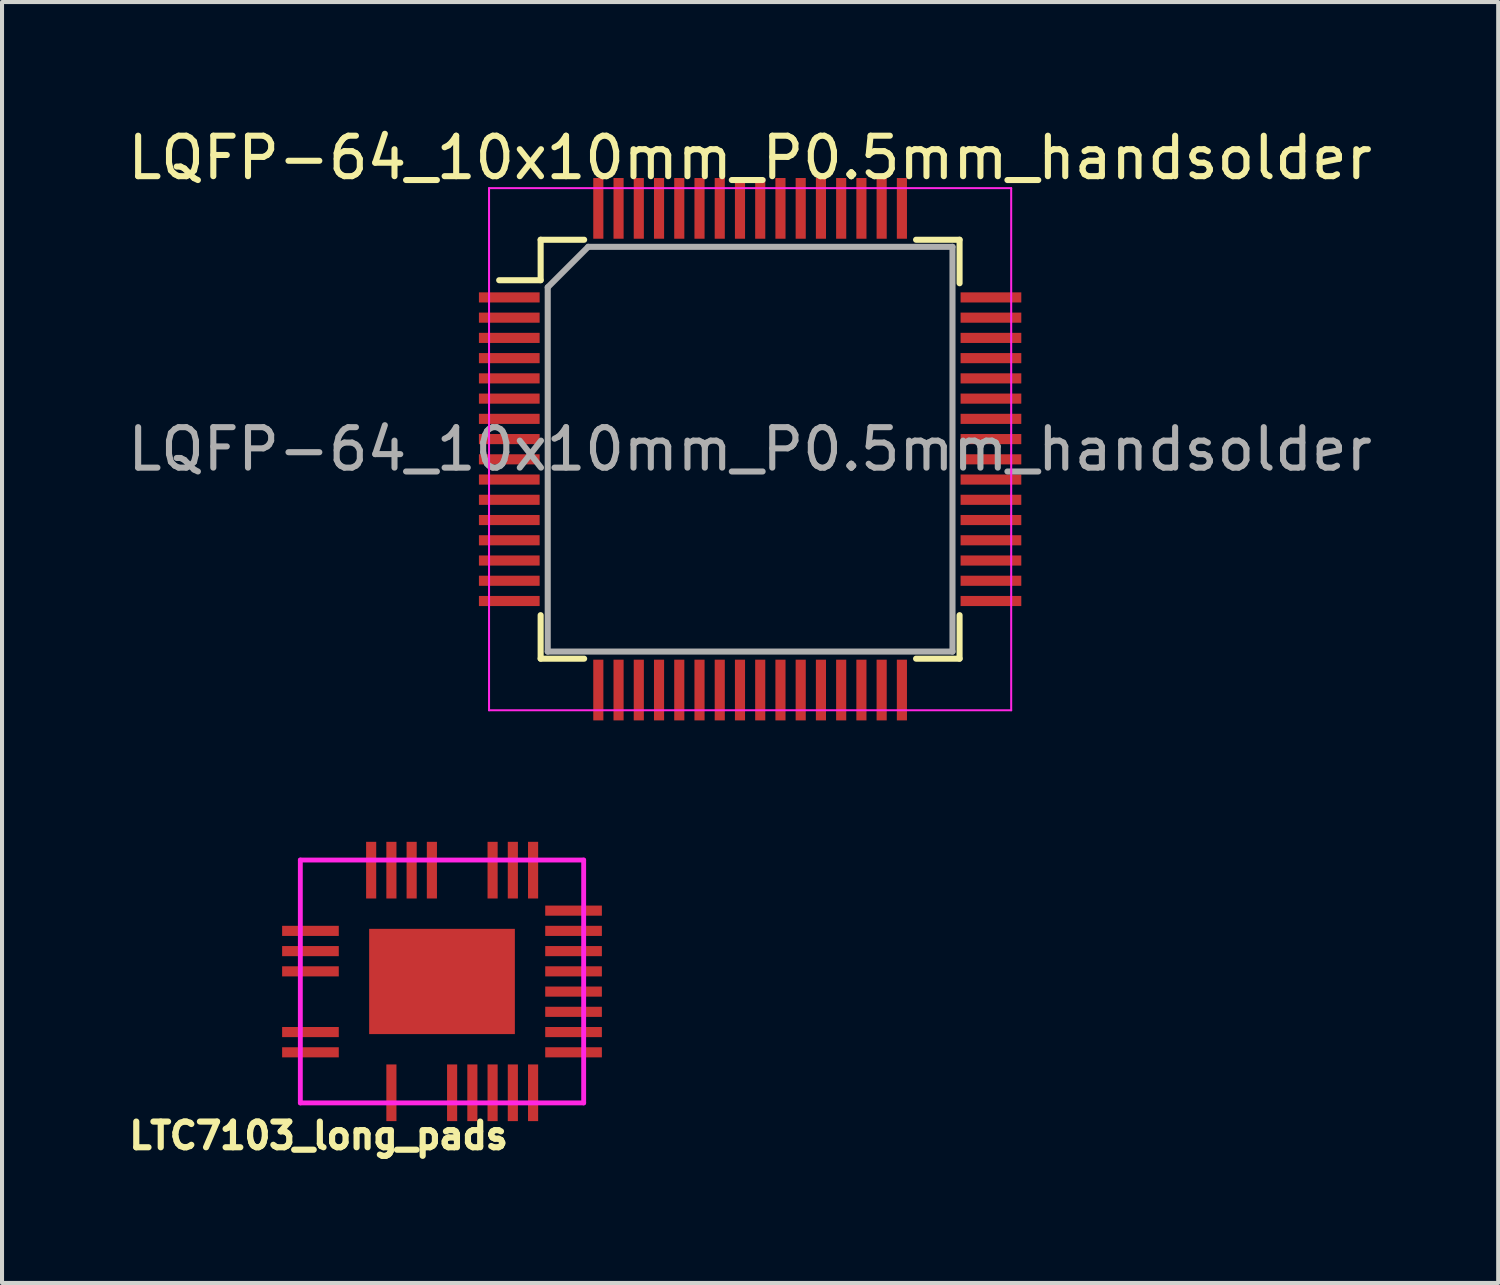
<source format=kicad_pcb>
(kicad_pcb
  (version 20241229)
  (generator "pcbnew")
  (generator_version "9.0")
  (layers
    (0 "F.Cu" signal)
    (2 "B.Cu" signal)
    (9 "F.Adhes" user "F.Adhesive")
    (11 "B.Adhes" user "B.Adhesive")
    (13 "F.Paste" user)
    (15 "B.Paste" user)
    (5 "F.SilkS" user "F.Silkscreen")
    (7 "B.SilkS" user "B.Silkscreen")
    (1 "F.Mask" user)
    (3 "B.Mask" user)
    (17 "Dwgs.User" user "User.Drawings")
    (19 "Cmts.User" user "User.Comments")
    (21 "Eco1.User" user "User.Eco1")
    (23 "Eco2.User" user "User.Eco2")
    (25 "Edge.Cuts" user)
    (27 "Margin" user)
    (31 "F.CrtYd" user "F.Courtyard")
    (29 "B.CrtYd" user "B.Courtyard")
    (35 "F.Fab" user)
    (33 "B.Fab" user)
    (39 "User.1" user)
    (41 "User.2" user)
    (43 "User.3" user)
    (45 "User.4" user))
  (footprint "LQFP-64_10x10mm_P0.5mm_handsolder"
    (layer "F.Cu")
    (at 15.482 8.048)
    (property "Reference" "LQFP-64_10x10mm_P0.5mm_handsolder" (at 0 -7.2 0) (layer "F.SilkS") (effects (font (size 1 1) (thickness 0.15))))
    (attr smd)
    (fp_line (start -5.175 -5.175) (end -5.175 -4.175) (stroke (width 0.15) (type solid)) (layer "F.SilkS"))
    (fp_line (start -5.175 -5.175) (end -4.1 -5.175) (stroke (width 0.15) (type solid)) (layer "F.SilkS"))
    (fp_line (start -5.175 -4.175) (end -6.2 -4.175) (stroke (width 0.15) (type solid)) (layer "F.SilkS"))
    (fp_line (start -5.175 5.175) (end -5.175 4.1) (stroke (width 0.15) (type solid)) (layer "F.SilkS"))
    (fp_line (start -5.175 5.175) (end -4.1 5.175) (stroke (width 0.15) (type solid)) (layer "F.SilkS"))
    (fp_line (start 5.175 -5.175) (end 4.1 -5.175) (stroke (width 0.15) (type solid)) (layer "F.SilkS"))
    (fp_line (start 5.175 -5.175) (end 5.175 -4.1) (stroke (width 0.15) (type solid)) (layer "F.SilkS"))
    (fp_line (start 5.175 5.175) (end 4.1 5.175) (stroke (width 0.15) (type solid)) (layer "F.SilkS"))
    (fp_line (start 5.175 5.175) (end 5.175 4.1) (stroke (width 0.15) (type solid)) (layer "F.SilkS"))
    (fp_line (start -6.45 -6.45) (end -6.45 6.45) (stroke (width 0.05) (type solid)) (layer "F.CrtYd"))
    (fp_line (start -6.45 -6.45) (end 6.45 -6.45) (stroke (width 0.05) (type solid)) (layer "F.CrtYd"))
    (fp_line (start -6.45 6.45) (end 6.45 6.45) (stroke (width 0.05) (type solid)) (layer "F.CrtYd"))
    (fp_line (start 6.45 -6.45) (end 6.45 6.45) (stroke (width 0.05) (type solid)) (layer "F.CrtYd"))
    (fp_line (start -5 -4) (end -4 -5) (stroke (width 0.15) (type solid)) (layer "F.Fab"))
    (fp_line (start -5 5) (end -5 -4) (stroke (width 0.15) (type solid)) (layer "F.Fab"))
    (fp_line (start -4 -5) (end 5 -5) (stroke (width 0.15) (type solid)) (layer "F.Fab"))
    (fp_line (start 5 -5) (end 5 5) (stroke (width 0.15) (type solid)) (layer "F.Fab"))
    (fp_line (start 5 5) (end -5 5) (stroke (width 0.15) (type solid)) (layer "F.Fab"))
    (fp_text user "${REFERENCE}" (at 0 0 0) (layer "F.Fab") (effects (font (size 1 1) (thickness 0.15))))
    (pad "1" smd rect (at -5.7 -3.75) (size 1.5 0.25) (drill (offset -0.25 0)) (layers "F.Cu" "F.Mask" "F.Paste"))
    (pad "2" smd rect (at -5.7 -3.25) (size 1.5 0.25) (drill (offset -0.25 0)) (layers "F.Cu" "F.Mask" "F.Paste"))
    (pad "3" smd rect (at -5.7 -2.75) (size 1.5 0.25) (drill (offset -0.25 0)) (layers "F.Cu" "F.Mask" "F.Paste"))
    (pad "4" smd rect (at -5.7 -2.25) (size 1.5 0.25) (drill (offset -0.25 0)) (layers "F.Cu" "F.Mask" "F.Paste"))
    (pad "5" smd rect (at -5.7 -1.75) (size 1.5 0.25) (drill (offset -0.25 0)) (layers "F.Cu" "F.Mask" "F.Paste"))
    (pad "6" smd rect (at -5.7 -1.25) (size 1.5 0.25) (drill (offset -0.25 0)) (layers "F.Cu" "F.Mask" "F.Paste"))
    (pad "7" smd rect (at -5.7 -0.75) (size 1.5 0.25) (drill (offset -0.25 0)) (layers "F.Cu" "F.Mask" "F.Paste"))
    (pad "8" smd rect (at -5.7 -0.25) (size 1.5 0.25) (drill (offset -0.25 0)) (layers "F.Cu" "F.Mask" "F.Paste"))
    (pad "9" smd rect (at -5.7 0.25) (size 1.5 0.25) (drill (offset -0.25 0)) (layers "F.Cu" "F.Mask" "F.Paste"))
    (pad "10" smd rect (at -5.7 0.75) (size 1.5 0.25) (drill (offset -0.25 0)) (layers "F.Cu" "F.Mask" "F.Paste"))
    (pad "11" smd rect (at -5.7 1.25) (size 1.5 0.25) (drill (offset -0.25 0)) (layers "F.Cu" "F.Mask" "F.Paste"))
    (pad "12" smd rect (at -5.7 1.75) (size 1.5 0.25) (drill (offset -0.25 0)) (layers "F.Cu" "F.Mask" "F.Paste"))
    (pad "13" smd rect (at -5.7 2.25) (size 1.5 0.25) (drill (offset -0.25 0)) (layers "F.Cu" "F.Mask" "F.Paste"))
    (pad "14" smd rect (at -5.7 2.75) (size 1.5 0.25) (drill (offset -0.25 0)) (layers "F.Cu" "F.Mask" "F.Paste"))
    (pad "15" smd rect (at -5.7 3.25) (size 1.5 0.25) (drill (offset -0.25 0)) (layers "F.Cu" "F.Mask" "F.Paste"))
    (pad "16" smd rect (at -5.7 3.75) (size 1.5 0.25) (drill (offset -0.25 0)) (layers "F.Cu" "F.Mask" "F.Paste"))
    (pad "17" smd rect (at -3.75 5.7 90) (size 1.5 0.25) (drill (offset -0.25 0)) (layers "F.Cu" "F.Mask" "F.Paste"))
    (pad "18" smd rect (at -3.25 5.7 90) (size 1.5 0.25) (drill (offset -0.25 0)) (layers "F.Cu" "F.Mask" "F.Paste"))
    (pad "19" smd rect (at -2.75 5.7 90) (size 1.5 0.25) (drill (offset -0.25 0)) (layers "F.Cu" "F.Mask" "F.Paste"))
    (pad "20" smd rect (at -2.25 5.7 90) (size 1.5 0.25) (drill (offset -0.25 0)) (layers "F.Cu" "F.Mask" "F.Paste"))
    (pad "21" smd rect (at -1.75 5.7 90) (size 1.5 0.25) (drill (offset -0.25 0)) (layers "F.Cu" "F.Mask" "F.Paste"))
    (pad "22" smd rect (at -1.25 5.7 90) (size 1.5 0.25) (drill (offset -0.25 0)) (layers "F.Cu" "F.Mask" "F.Paste"))
    (pad "23" smd rect (at -0.75 5.7 90) (size 1.5 0.25) (drill (offset -0.25 0)) (layers "F.Cu" "F.Mask" "F.Paste"))
    (pad "24" smd rect (at -0.25 5.7 90) (size 1.5 0.25) (drill (offset -0.25 0)) (layers "F.Cu" "F.Mask" "F.Paste"))
    (pad "25" smd rect (at 0.25 5.7 90) (size 1.5 0.25) (drill (offset -0.25 0)) (layers "F.Cu" "F.Mask" "F.Paste"))
    (pad "26" smd rect (at 0.75 5.7 90) (size 1.5 0.25) (drill (offset -0.25 0)) (layers "F.Cu" "F.Mask" "F.Paste"))
    (pad "27" smd rect (at 1.25 5.7 90) (size 1.5 0.25) (drill (offset -0.25 0)) (layers "F.Cu" "F.Mask" "F.Paste"))
    (pad "28" smd rect (at 1.75 5.7 90) (size 1.5 0.25) (drill (offset -0.25 0)) (layers "F.Cu" "F.Mask" "F.Paste"))
    (pad "29" smd rect (at 2.25 5.7 90) (size 1.5 0.25) (drill (offset -0.25 0)) (layers "F.Cu" "F.Mask" "F.Paste"))
    (pad "30" smd rect (at 2.75 5.7 90) (size 1.5 0.25) (drill (offset -0.25 0)) (layers "F.Cu" "F.Mask" "F.Paste"))
    (pad "31" smd rect (at 3.25 5.7 90) (size 1.5 0.25) (drill (offset -0.25 0)) (layers "F.Cu" "F.Mask" "F.Paste"))
    (pad "32" smd rect (at 3.75 5.7 90) (size 1.5 0.25) (drill (offset -0.25 0)) (layers "F.Cu" "F.Mask" "F.Paste"))
    (pad "33" smd rect (at 5.7 3.75) (size 1.5 0.25) (drill (offset 0.25 0)) (layers "F.Cu" "F.Mask" "F.Paste"))
    (pad "34" smd rect (at 5.7 3.25) (size 1.5 0.25) (drill (offset 0.25 0)) (layers "F.Cu" "F.Mask" "F.Paste"))
    (pad "35" smd rect (at 5.7 2.75) (size 1.5 0.25) (drill (offset 0.25 0)) (layers "F.Cu" "F.Mask" "F.Paste"))
    (pad "36" smd rect (at 5.7 2.25) (size 1.5 0.25) (drill (offset 0.25 0)) (layers "F.Cu" "F.Mask" "F.Paste"))
    (pad "37" smd rect (at 5.7 1.75) (size 1.5 0.25) (drill (offset 0.25 0)) (layers "F.Cu" "F.Mask" "F.Paste"))
    (pad "38" smd rect (at 5.7 1.25) (size 1.5 0.25) (drill (offset 0.25 0)) (layers "F.Cu" "F.Mask" "F.Paste"))
    (pad "39" smd rect (at 5.7 0.75) (size 1.5 0.25) (drill (offset 0.25 0)) (layers "F.Cu" "F.Mask" "F.Paste"))
    (pad "40" smd rect (at 5.7 0.25) (size 1.5 0.25) (drill (offset 0.25 0)) (layers "F.Cu" "F.Mask" "F.Paste"))
    (pad "41" smd rect (at 5.7 -0.25) (size 1.5 0.25) (drill (offset 0.25 0)) (layers "F.Cu" "F.Mask" "F.Paste"))
    (pad "42" smd rect (at 5.7 -0.75) (size 1.5 0.25) (drill (offset 0.25 0)) (layers "F.Cu" "F.Mask" "F.Paste"))
    (pad "43" smd rect (at 5.7 -1.25) (size 1.5 0.25) (drill (offset 0.25 0)) (layers "F.Cu" "F.Mask" "F.Paste"))
    (pad "44" smd rect (at 5.7 -1.75) (size 1.5 0.25) (drill (offset 0.25 0)) (layers "F.Cu" "F.Mask" "F.Paste"))
    (pad "45" smd rect (at 5.7 -2.25) (size 1.5 0.25) (drill (offset 0.25 0)) (layers "F.Cu" "F.Mask" "F.Paste"))
    (pad "46" smd rect (at 5.7 -2.75) (size 1.5 0.25) (drill (offset 0.25 0)) (layers "F.Cu" "F.Mask" "F.Paste"))
    (pad "47" smd rect (at 5.7 -3.25) (size 1.5 0.25) (drill (offset 0.25 0)) (layers "F.Cu" "F.Mask" "F.Paste"))
    (pad "48" smd rect (at 5.7 -3.75) (size 1.5 0.25) (drill (offset 0.25 0)) (layers "F.Cu" "F.Mask" "F.Paste"))
    (pad "49" smd rect (at 3.75 -5.7 90) (size 1.5 0.25) (drill (offset 0.25 0)) (layers "F.Cu" "F.Mask" "F.Paste"))
    (pad "50" smd rect (at 3.25 -5.7 90) (size 1.5 0.25) (drill (offset 0.25 0)) (layers "F.Cu" "F.Mask" "F.Paste"))
    (pad "51" smd rect (at 2.75 -5.7 90) (size 1.5 0.25) (drill (offset 0.25 0)) (layers "F.Cu" "F.Mask" "F.Paste"))
    (pad "52" smd rect (at 2.25 -5.7 90) (size 1.5 0.25) (drill (offset 0.25 0)) (layers "F.Cu" "F.Mask" "F.Paste"))
    (pad "53" smd rect (at 1.75 -5.7 90) (size 1.5 0.25) (drill (offset 0.25 0)) (layers "F.Cu" "F.Mask" "F.Paste"))
    (pad "54" smd rect (at 1.25 -5.7 90) (size 1.5 0.25) (drill (offset 0.25 0)) (layers "F.Cu" "F.Mask" "F.Paste"))
    (pad "55" smd rect (at 0.75 -5.7 90) (size 1.5 0.25) (drill (offset 0.25 0)) (layers "F.Cu" "F.Mask" "F.Paste"))
    (pad "56" smd rect (at 0.25 -5.7 90) (size 1.5 0.25) (drill (offset 0.25 0)) (layers "F.Cu" "F.Mask" "F.Paste"))
    (pad "57" smd rect (at -0.25 -5.7 90) (size 1.5 0.25) (drill (offset 0.25 0)) (layers "F.Cu" "F.Mask" "F.Paste"))
    (pad "58" smd rect (at -0.75 -5.7 90) (size 1.5 0.25) (drill (offset 0.25 0)) (layers "F.Cu" "F.Mask" "F.Paste"))
    (pad "59" smd rect (at -1.25 -5.7 90) (size 1.5 0.25) (drill (offset 0.25 0)) (layers "F.Cu" "F.Mask" "F.Paste"))
    (pad "60" smd rect (at -1.75 -5.7 90) (size 1.5 0.25) (drill (offset 0.25 0)) (layers "F.Cu" "F.Mask" "F.Paste"))
    (pad "61" smd rect (at -2.25 -5.7 90) (size 1.5 0.25) (drill (offset 0.25 0)) (layers "F.Cu" "F.Mask" "F.Paste"))
    (pad "62" smd rect (at -2.75 -5.7 90) (size 1.5 0.25) (drill (offset 0.25 0)) (layers "F.Cu" "F.Mask" "F.Paste"))
    (pad "63" smd rect (at -3.25 -5.7 90) (size 1.5 0.25) (drill (offset 0.25 0)) (layers "F.Cu" "F.Mask" "F.Paste"))
    (pad "64" smd rect (at -3.75 -5.7 90) (size 1.5 0.25) (drill (offset 0.25 0)) (layers "F.Cu" "F.Mask" "F.Paste")))
  (footprint "LTC7103_long_pads"
    (layer "F.Cu")
    (at 7.87 21.198)
    (property "Reference" "LTC7103_long_pads" (at -3.048 3.81 0) (layer "F.SilkS") (effects (font (size 0.635 0.635) (thickness 0.152))))
    (attr through_hole)
    (fp_line (start -3.5 -3) (end 3.5 -3) (stroke (width 0.12) (type solid)) (layer "F.CrtYd"))
    (fp_line (start -3.5 3) (end -3.5 -3) (stroke (width 0.12) (type solid)) (layer "F.CrtYd"))
    (fp_line (start 3.5 -3) (end 3.5 3) (stroke (width 0.12) (type solid)) (layer "F.CrtYd"))
    (fp_line (start 3.5 3) (end -3.5 3) (stroke (width 0.12) (type solid)) (layer "F.CrtYd"))
    (pad "3" smd rect (at -1.25 2.4) (size 0.25 1.4) (drill (offset 0 0.35)) (layers "F.Cu" "F.Mask" "F.Paste"))
    (pad "6" smd rect (at 0.25 2.4) (size 0.25 1.4) (drill (offset 0 0.35)) (layers "F.Cu" "F.Mask" "F.Paste"))
    (pad "7" smd rect (at 0.75 2.4) (size 0.25 1.4) (drill (offset 0 0.35)) (layers "F.Cu" "F.Mask" "F.Paste"))
    (pad "8" smd rect (at 1.25 2.4) (size 0.25 1.4) (drill (offset 0 0.35)) (layers "F.Cu" "F.Mask" "F.Paste"))
    (pad "9" smd rect (at 1.75 2.4) (size 0.25 1.4) (drill (offset 0 0.35)) (layers "F.Cu" "F.Mask" "F.Paste"))
    (pad "10" smd rect (at 2.25 2.4) (size 0.25 1.4) (drill (offset 0 0.35)) (layers "F.Cu" "F.Mask" "F.Paste"))
    (pad "11" smd rect (at 2.9 1.75) (size 1.4 0.25) (drill (offset 0.35 0)) (layers "F.Cu" "F.Mask" "F.Paste"))
    (pad "12" smd rect (at 2.9 1.25) (size 1.4 0.25) (drill (offset 0.35 0)) (layers "F.Cu" "F.Mask" "F.Paste"))
    (pad "13" smd rect (at 2.9 0.75) (size 1.4 0.25) (drill (offset 0.35 0)) (layers "F.Cu" "F.Mask" "F.Paste"))
    (pad "14" smd rect (at 2.9 0.25) (size 1.4 0.25) (drill (offset 0.35 0)) (layers "F.Cu" "F.Mask" "F.Paste"))
    (pad "15" smd rect (at 2.9 -0.25) (size 1.4 0.25) (drill (offset 0.35 0)) (layers "F.Cu" "F.Mask" "F.Paste"))
    (pad "16" smd rect (at 2.9 -0.75) (size 1.4 0.25) (drill (offset 0.35 0)) (layers "F.Cu" "F.Mask" "F.Paste"))
    (pad "17" smd rect (at 2.9 -1.25) (size 1.4 0.25) (drill (offset 0.35 0)) (layers "F.Cu" "F.Mask" "F.Paste"))
    (pad "18" smd rect (at 2.9 -1.75) (size 1.4 0.25) (drill (offset 0.35 0)) (layers "F.Cu" "F.Mask" "F.Paste"))
    (pad "19" smd rect (at 2.25 -2.4) (size 0.25 1.4) (drill (offset 0 -0.35)) (layers "F.Cu" "F.Mask" "F.Paste"))
    (pad "20" smd rect (at 1.75 -2.4) (size 0.25 1.4) (drill (offset 0 -0.35)) (layers "F.Cu" "F.Mask" "F.Paste"))
    (pad "21" smd rect (at 1.25 -2.4) (size 0.25 1.4) (drill (offset 0 -0.35)) (layers "F.Cu" "F.Mask" "F.Paste"))
    (pad "24" smd rect (at -0.25 -2.4) (size 0.25 1.4) (drill (offset 0 -0.35)) (layers "F.Cu" "F.Mask" "F.Paste"))
    (pad "25" smd rect (at -0.75 -2.4) (size 0.25 1.4) (drill (offset 0 -0.35)) (layers "F.Cu" "F.Mask" "F.Paste"))
    (pad "26" smd rect (at -1.25 -2.4) (size 0.25 1.4) (drill (offset 0 -0.35)) (layers "F.Cu" "F.Mask" "F.Paste"))
    (pad "27" smd rect (at -1.75 -2.4) (size 0.25 1.4) (drill (offset 0 -0.35)) (layers "F.Cu" "F.Mask" "F.Paste"))
    (pad "30" smd rect (at -2.9 -1.25) (size 1.4 0.25) (drill (offset -0.35 0)) (layers "F.Cu" "F.Mask" "F.Paste"))
    (pad "31" smd rect (at -2.9 -0.75) (size 1.4 0.25) (drill (offset -0.35 0)) (layers "F.Cu" "F.Mask" "F.Paste"))
    (pad "32" smd rect (at -2.9 -0.25) (size 1.4 0.25) (drill (offset -0.35 0)) (layers "F.Cu" "F.Mask" "F.Paste"))
    (pad "35" smd rect (at -2.9 1.25) (size 1.4 0.25) (drill (offset -0.35 0)) (layers "F.Cu" "F.Mask" "F.Paste"))
    (pad "36" smd rect (at -2.9 1.75) (size 1.4 0.25) (drill (offset -0.35 0)) (layers "F.Cu" "F.Mask" "F.Paste"))
    (pad "37" smd rect (at 0 0) (size 3.6 2.6) (layers "F.Cu" "F.Mask" "F.Paste")))
  (gr_rect
    (start -3 -3)
    (end 33.964 28.647)
    (stroke (width 0.1) (type default))
    (fill no)
    (layer "Edge.Cuts")))
</source>
